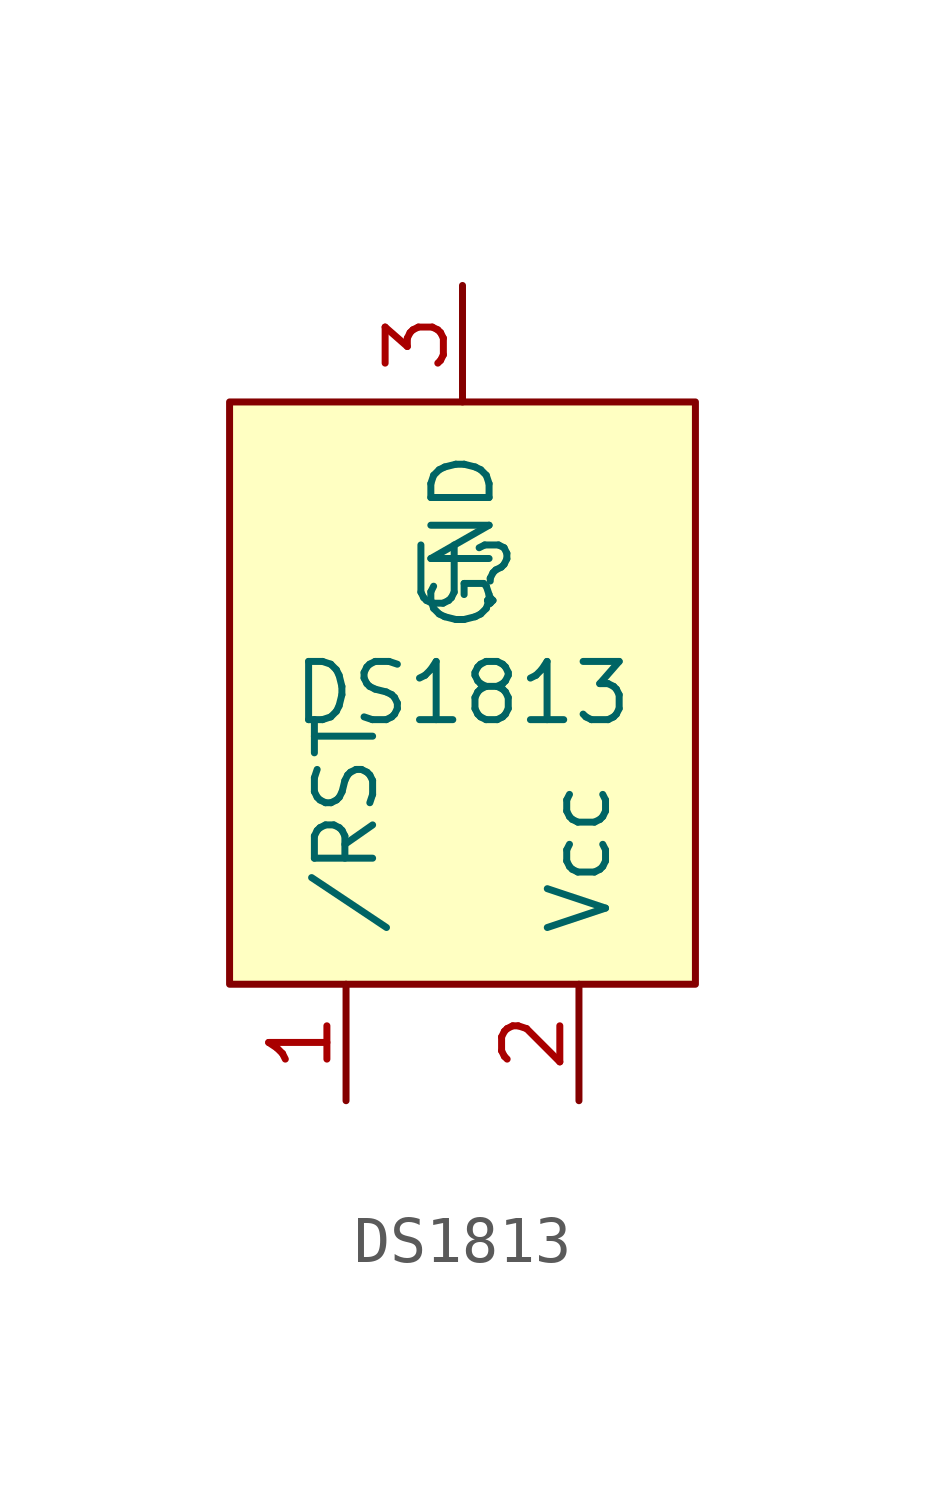
<source format=kicad_sym>
(kicad_symbol_lib
  (version 20220914)
  (generator kicad_symbol_editor)
  (symbol "DS1813"
    (pin_names
      (offset 1.016))
    (property "Reference" "U"
      (at 0 0 0)
      (effects (font (size 1.27 1.27))))
    (property "Value" "DS1813"
      (at 0 -2.54 0)
      (effects (font (size 1.27 1.27))))
    (symbol "DS1813_0_1"
      (rectangle (start -5.08 3.81) (end 5.08 -8.89) (stroke (width 0) (type solid)) (fill (type background))))
    (symbol "DS1813_1_1"
      (pin bidirectional line (at -2.54 -11.43 90) (length 2.54) (name "/RST" (effects (font (size 1.27 1.27)))) (number "1" (effects (font (size 1.27 1.27)))))
      (pin power_in line (at 2.54 -11.43 90) (length 2.54) (name "Vcc" (effects (font (size 1.27 1.27)))) (number "2" (effects (font (size 1.27 1.27)))))
      (pin power_in line (at 0 6.35 270) (length 2.54) (name "GND" (effects (font (size 1.27 1.27)))) (number "3" (effects (font (size 1.27 1.27))))))))
</source>
